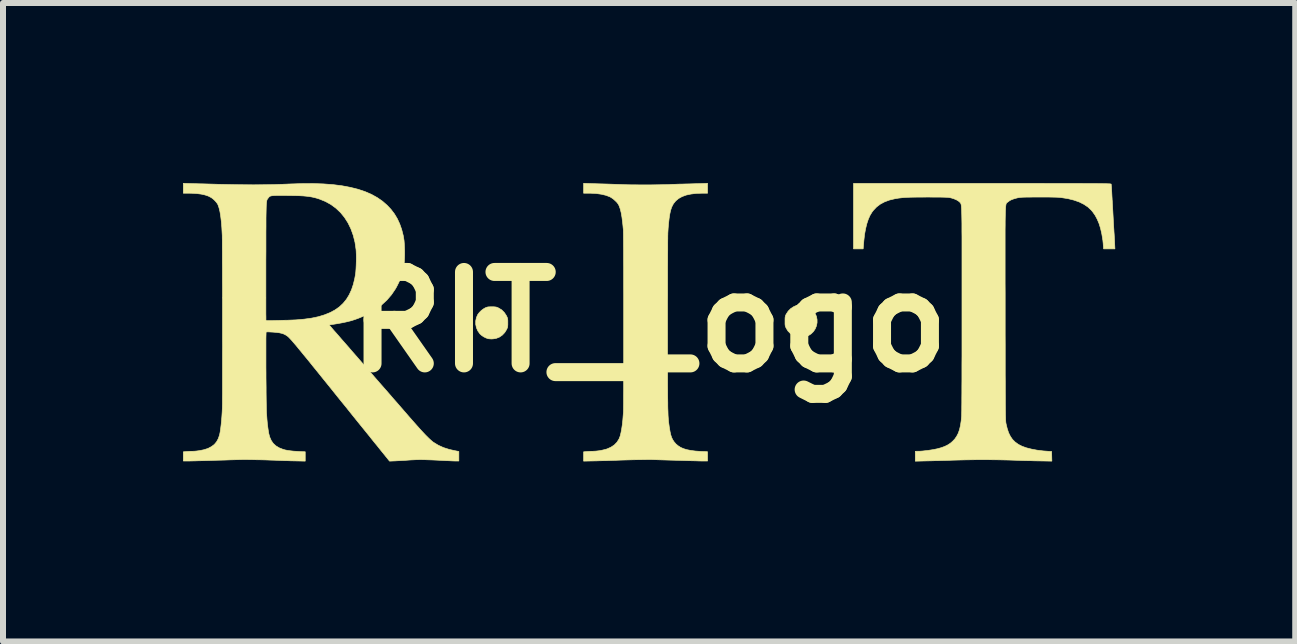
<source format=kicad_pcb>
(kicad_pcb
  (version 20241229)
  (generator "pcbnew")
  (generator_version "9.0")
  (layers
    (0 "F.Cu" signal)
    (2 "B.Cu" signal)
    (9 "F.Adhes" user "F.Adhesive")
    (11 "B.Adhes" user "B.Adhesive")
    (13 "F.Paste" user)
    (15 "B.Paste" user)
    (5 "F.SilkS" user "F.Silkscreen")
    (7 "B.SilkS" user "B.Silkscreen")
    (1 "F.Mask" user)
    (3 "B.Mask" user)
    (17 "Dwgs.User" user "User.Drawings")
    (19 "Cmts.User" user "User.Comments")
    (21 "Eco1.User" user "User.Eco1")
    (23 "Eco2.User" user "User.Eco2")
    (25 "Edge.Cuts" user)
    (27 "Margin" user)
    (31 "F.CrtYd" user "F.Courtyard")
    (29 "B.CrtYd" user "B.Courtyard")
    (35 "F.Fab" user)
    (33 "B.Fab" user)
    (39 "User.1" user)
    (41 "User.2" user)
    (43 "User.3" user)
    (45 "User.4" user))
  (footprint "RIT_Logo"
    (layer "F.Cu")
    (at 7.767 2.317)
    (property "Reference" "RIT_Logo" (at 0 0 0) (layer "F.SilkS") (effects (font (size 1.524 1.524) (thickness 0.3))))
    (attr through_hole)
    (fp_poly (pts (xy -2.588 -0.254) (xy -2.564 -0.252) (xy -2.545 -0.249) (xy -2.527 -0.243) (xy -2.506 -0.233) (xy -2.455 -0.202) (xy -2.413 -0.16) (xy -2.379 -0.109) (xy -2.376 -0.103) (xy -2.366 -0.082) (xy -2.359 -0.064) (xy -2.356 -0.046) (xy -2.354 -0.024) (xy -2.354 0.007) (xy -2.354 0.013) (xy -2.354 0.047) (xy -2.356 0.071) (xy -2.359 0.09) (xy -2.366 0.107) (xy -2.373 0.123) (xy -2.405 0.175) (xy -2.446 0.218) (xy -2.494 0.251) (xy -2.547 0.272) (xy -2.601 0.281) (xy -2.631 0.282) (xy -2.659 0.28) (xy -2.681 0.278) (xy -2.718 0.265) (xy -2.758 0.245) (xy -2.794 0.22) (xy -2.819 0.197) (xy -2.854 0.148) (xy -2.877 0.095) (xy -2.889 0.038) (xy -2.889 -0.019) (xy -2.877 -0.075) (xy -2.855 -0.125) (xy -2.829 -0.159) (xy -2.795 -0.193) (xy -2.757 -0.221) (xy -2.731 -0.236) (xy -2.712 -0.244) (xy -2.694 -0.25) (xy -2.674 -0.253) (xy -2.647 -0.254) (xy -2.621 -0.254) (xy -2.588 -0.254)) (stroke (width 0.01) (type solid)) (fill yes) (layer "F.SilkS"))
    (fp_poly (pts (xy 2.562 -0.281) (xy 2.585 -0.279) (xy 2.604 -0.276) (xy 2.622 -0.269) (xy 2.646 -0.258) (xy 2.65 -0.256) (xy 2.7 -0.224) (xy 2.74 -0.185) (xy 2.77 -0.141) (xy 2.79 -0.092) (xy 2.8 -0.04) (xy 2.8 0.012) (xy 2.79 0.063) (xy 2.77 0.112) (xy 2.741 0.157) (xy 2.702 0.196) (xy 2.653 0.228) (xy 2.645 0.231) (xy 2.602 0.246) (xy 2.553 0.255) (xy 2.504 0.256) (xy 2.461 0.249) (xy 2.458 0.249) (xy 2.405 0.227) (xy 2.357 0.193) (xy 2.315 0.15) (xy 2.287 0.105) (xy 2.278 0.087) (xy 2.272 0.071) (xy 2.268 0.055) (xy 2.266 0.034) (xy 2.266 0.006) (xy 2.266 -0.014) (xy 2.266 -0.048) (xy 2.267 -0.073) (xy 2.27 -0.091) (xy 2.274 -0.107) (xy 2.282 -0.124) (xy 2.286 -0.132) (xy 2.319 -0.182) (xy 2.362 -0.225) (xy 2.412 -0.257) (xy 2.416 -0.259) (xy 2.439 -0.269) (xy 2.458 -0.276) (xy 2.477 -0.279) (xy 2.502 -0.281) (xy 2.53 -0.281) (xy 2.562 -0.281)) (stroke (width 0.01) (type solid)) (fill yes) (layer "F.SilkS"))
    (fp_poly (pts (xy 0.975 -2.147) (xy 0.889 -2.147) (xy 0.788 -2.144) (xy 0.698 -2.133) (xy 0.619 -2.116) (xy 0.551 -2.091) (xy 0.493 -2.059) (xy 0.445 -2.019) (xy 0.406 -1.971) (xy 0.377 -1.915) (xy 0.359 -1.86) (xy 0.346 -1.801) (xy 0.335 -1.73) (xy 0.326 -1.65) (xy 0.318 -1.561) (xy 0.313 -1.48) (xy 0.313 -1.463) (xy 0.312 -1.432) (xy 0.312 -1.39) (xy 0.311 -1.336) (xy 0.311 -1.271) (xy 0.311 -1.197) (xy 0.31 -1.113) (xy 0.31 -1.02) (xy 0.309 -0.919) (xy 0.309 -0.811) (xy 0.309 -0.696) (xy 0.309 -0.575) (xy 0.309 -0.449) (xy 0.308 -0.319) (xy 0.308 -0.185) (xy 0.308 -0.047) (xy 0.308 0.044) (xy 0.308 0.213) (xy 0.308 0.368) (xy 0.308 0.512) (xy 0.308 0.643) (xy 0.308 0.764) (xy 0.309 0.874) (xy 0.309 0.974) (xy 0.309 1.064) (xy 0.31 1.146) (xy 0.31 1.22) (xy 0.311 1.286) (xy 0.312 1.345) (xy 0.312 1.398) (xy 0.313 1.444) (xy 0.315 1.486) (xy 0.316 1.523) (xy 0.317 1.556) (xy 0.319 1.586) (xy 0.321 1.613) (xy 0.323 1.638) (xy 0.325 1.661) (xy 0.328 1.683) (xy 0.331 1.705) (xy 0.334 1.727) (xy 0.337 1.75) (xy 0.339 1.761) (xy 0.35 1.826) (xy 0.362 1.881) (xy 0.377 1.926) (xy 0.396 1.964) (xy 0.418 1.997) (xy 0.446 2.029) (xy 0.447 2.031) (xy 0.484 2.062) (xy 0.526 2.089) (xy 0.574 2.11) (xy 0.63 2.127) (xy 0.695 2.14) (xy 0.771 2.15) (xy 0.858 2.156) (xy 0.881 2.157) (xy 0.914 2.158) (xy 0.942 2.159) (xy 0.963 2.16) (xy 0.973 2.161) (xy 0.974 2.161) (xy 0.974 2.167) (xy 0.975 2.184) (xy 0.975 2.21) (xy 0.975 2.239) (xy 0.975 2.316) (xy 0.914 2.316) (xy 0.896 2.316) (xy 0.865 2.316) (xy 0.824 2.315) (xy 0.774 2.313) (xy 0.717 2.312) (xy 0.653 2.31) (xy 0.585 2.308) (xy 0.514 2.306) (xy 0.442 2.304) (xy 0.37 2.302) (xy 0.299 2.3) (xy 0.232 2.298) (xy 0.169 2.296) (xy 0.112 2.294) (xy 0.084 2.293) (xy 0.052 2.292) (xy 0.007 2.292) (xy -0.047 2.292) (xy -0.109 2.293) (xy -0.177 2.294) (xy -0.249 2.295) (xy -0.324 2.297) (xy -0.399 2.299) (xy -0.473 2.301) (xy -0.544 2.304) (xy -0.603 2.306) (xy -0.63 2.307) (xy -0.668 2.308) (xy -0.715 2.31) (xy -0.768 2.311) (xy -0.823 2.312) (xy -0.879 2.314) (xy -0.886 2.314) (xy -1.091 2.318) (xy -1.091 2.163) (xy -1.039 2.158) (xy -1.004 2.156) (xy -0.967 2.154) (xy -0.939 2.154) (xy -0.885 2.151) (xy -0.825 2.144) (xy -0.766 2.132) (xy -0.712 2.118) (xy -0.702 2.115) (xy -0.636 2.086) (xy -0.58 2.049) (xy -0.535 2.003) (xy -0.501 1.949) (xy -0.497 1.94) (xy -0.482 1.901) (xy -0.469 1.849) (xy -0.457 1.786) (xy -0.446 1.713) (xy -0.437 1.63) (xy -0.43 1.538) (xy -0.427 1.5) (xy -0.427 1.484) (xy -0.426 1.454) (xy -0.426 1.413) (xy -0.425 1.361) (xy -0.425 1.299) (xy -0.425 1.228) (xy -0.424 1.147) (xy -0.424 1.059) (xy -0.424 0.963) (xy -0.423 0.862) (xy -0.423 0.754) (xy -0.423 0.642) (xy -0.423 0.525) (xy -0.423 0.405) (xy -0.423 0.282) (xy -0.423 0.158) (xy -0.423 0.032) (xy -0.423 -0.093) (xy -0.423 -0.219) (xy -0.423 -0.343) (xy -0.423 -0.465) (xy -0.424 -0.585) (xy -0.424 -0.701) (xy -0.424 -0.812) (xy -0.424 -0.919) (xy -0.425 -1.02) (xy -0.425 -1.115) (xy -0.425 -1.202) (xy -0.426 -1.281) (xy -0.426 -1.351) (xy -0.427 -1.412) (xy -0.427 -1.462) (xy -0.428 -1.501) (xy -0.428 -1.528) (xy -0.429 -1.543) (xy -0.429 -1.544) (xy -0.432 -1.571) (xy -0.435 -1.605) (xy -0.439 -1.642) (xy -0.441 -1.659) (xy -0.452 -1.748) (xy -0.465 -1.823) (xy -0.481 -1.886) (xy -0.499 -1.936) (xy -0.512 -1.962) (xy -0.533 -1.991) (xy -0.563 -2.021) (xy -0.597 -2.051) (xy -0.632 -2.075) (xy -0.653 -2.087) (xy -0.719 -2.112) (xy -0.795 -2.13) (xy -0.881 -2.142) (xy -0.977 -2.147) (xy -1.004 -2.147) (xy -1.091 -2.147) (xy -1.091 -2.312) (xy -0.947 -2.307) (xy -0.823 -2.303) (xy -0.705 -2.3) (xy -0.589 -2.296) (xy -0.468 -2.292) (xy -0.396 -2.289) (xy -0.353 -2.288) (xy -0.3 -2.287) (xy -0.24 -2.287) (xy -0.174 -2.286) (xy -0.104 -2.286) (xy -0.033 -2.286) (xy 0.038 -2.286) (xy 0.106 -2.287) (xy 0.171 -2.288) (xy 0.229 -2.289) (xy 0.28 -2.29) (xy 0.321 -2.291) (xy 0.346 -2.292) (xy 0.368 -2.294) (xy 0.401 -2.295) (xy 0.441 -2.296) (xy 0.486 -2.298) (xy 0.534 -2.299) (xy 0.549 -2.299) (xy 0.605 -2.301) (xy 0.667 -2.302) (xy 0.73 -2.304) (xy 0.79 -2.306) (xy 0.838 -2.307) (xy 0.975 -2.312) (xy 0.975 -2.147)) (stroke (width 0.01) (type solid)) (fill yes) (layer "F.SilkS"))
    (fp_poly (pts (xy 5.757 -2.31) (xy 5.946 -2.31) (xy 6.123 -2.31) (xy 6.287 -2.31) (xy 6.44 -2.31) (xy 6.581 -2.31) (xy 6.711 -2.309) (xy 6.831 -2.309) (xy 6.941 -2.309) (xy 7.041 -2.309) (xy 7.132 -2.309) (xy 7.215 -2.309) (xy 7.289 -2.308) (xy 7.355 -2.308) (xy 7.414 -2.308) (xy 7.465 -2.308) (xy 7.511 -2.307) (xy 7.55 -2.307) (xy 7.583 -2.306) (xy 7.611 -2.306) (xy 7.635 -2.305) (xy 7.654 -2.304) (xy 7.669 -2.304) (xy 7.681 -2.303) (xy 7.689 -2.302) (xy 7.695 -2.301) (xy 7.699 -2.3) (xy 7.701 -2.299) (xy 7.702 -2.298) (xy 7.702 -2.298) (xy 7.703 -2.281) (xy 7.704 -2.276) (xy 7.705 -2.266) (xy 7.707 -2.245) (xy 7.708 -2.216) (xy 7.71 -2.181) (xy 7.711 -2.167) (xy 7.713 -2.128) (xy 7.715 -2.09) (xy 7.717 -2.057) (xy 7.718 -2.032) (xy 7.719 -2.029) (xy 7.72 -2.012) (xy 7.721 -1.985) (xy 7.724 -1.947) (xy 7.726 -1.901) (xy 7.729 -1.849) (xy 7.732 -1.793) (xy 7.735 -1.741) (xy 7.738 -1.682) (xy 7.741 -1.627) (xy 7.744 -1.576) (xy 7.747 -1.532) (xy 7.749 -1.496) (xy 7.751 -1.47) (xy 7.752 -1.456) (xy 7.753 -1.436) (xy 7.755 -1.405) (xy 7.757 -1.369) (xy 7.759 -1.33) (xy 7.759 -1.319) (xy 7.764 -1.219) (xy 7.575 -1.219) (xy 7.57 -1.282) (xy 7.568 -1.313) (xy 7.565 -1.341) (xy 7.563 -1.363) (xy 7.562 -1.368) (xy 7.545 -1.471) (xy 7.524 -1.562) (xy 7.499 -1.642) (xy 7.469 -1.713) (xy 7.435 -1.777) (xy 7.395 -1.834) (xy 7.37 -1.864) (xy 7.314 -1.917) (xy 7.247 -1.962) (xy 7.169 -2.001) (xy 7.08 -2.032) (xy 6.98 -2.057) (xy 6.869 -2.074) (xy 6.817 -2.079) (xy 6.794 -2.08) (xy 6.759 -2.081) (xy 6.714 -2.082) (xy 6.662 -2.083) (xy 6.604 -2.083) (xy 6.542 -2.083) (xy 6.479 -2.083) (xy 6.469 -2.083) (xy 6.399 -2.083) (xy 6.342 -2.082) (xy 6.295 -2.082) (xy 6.257 -2.081) (xy 6.226 -2.08) (xy 6.201 -2.078) (xy 6.181 -2.076) (xy 6.164 -2.074) (xy 6.147 -2.071) (xy 6.133 -2.068) (xy 6.083 -2.054) (xy 6.043 -2.04) (xy 6.011 -2.024) (xy 5.984 -2.003) (xy 5.982 -2.002) (xy 5.977 -1.998) (xy 5.972 -1.994) (xy 5.968 -1.992) (xy 5.964 -1.989) (xy 5.96 -1.986) (xy 5.957 -1.981) (xy 5.954 -1.976) (xy 5.951 -1.968) (xy 5.948 -1.958) (xy 5.946 -1.944) (xy 5.944 -1.928) (xy 5.942 -1.907) (xy 5.941 -1.882) (xy 5.939 -1.853) (xy 5.938 -1.817) (xy 5.937 -1.776) (xy 5.936 -1.729) (xy 5.935 -1.675) (xy 5.935 -1.613) (xy 5.934 -1.544) (xy 5.934 -1.467) (xy 5.934 -1.38) (xy 5.934 -1.285) (xy 5.934 -1.18) (xy 5.934 -1.064) (xy 5.934 -0.938) (xy 5.934 -0.801) (xy 5.934 -0.652) (xy 5.935 -0.491) (xy 5.935 -0.317) (xy 5.935 -0.146) (xy 5.935 0.038) (xy 5.935 0.209) (xy 5.936 0.367) (xy 5.936 0.513) (xy 5.936 0.647) (xy 5.936 0.77) (xy 5.936 0.883) (xy 5.937 0.986) (xy 5.937 1.079) (xy 5.937 1.163) (xy 5.938 1.239) (xy 5.938 1.307) (xy 5.938 1.367) (xy 5.939 1.42) (xy 5.939 1.466) (xy 5.94 1.507) (xy 5.94 1.542) (xy 5.941 1.571) (xy 5.942 1.597) (xy 5.942 1.618) (xy 5.943 1.636) (xy 5.944 1.65) (xy 5.945 1.662) (xy 5.946 1.673) (xy 5.947 1.681) (xy 5.949 1.689) (xy 5.949 1.693) (xy 5.969 1.775) (xy 5.992 1.845) (xy 6.022 1.905) (xy 6.057 1.956) (xy 6.1 1.999) (xy 6.151 2.036) (xy 6.157 2.04) (xy 6.216 2.07) (xy 6.288 2.096) (xy 6.371 2.117) (xy 6.465 2.135) (xy 6.569 2.148) (xy 6.679 2.156) (xy 6.709 2.157) (xy 6.711 2.238) (xy 6.713 2.318) (xy 6.481 2.314) (xy 6.422 2.313) (xy 6.364 2.311) (xy 6.31 2.31) (xy 6.261 2.309) (xy 6.221 2.308) (xy 6.19 2.307) (xy 6.177 2.306) (xy 6.001 2.3) (xy 5.824 2.296) (xy 5.645 2.294) (xy 5.461 2.294) (xy 5.27 2.297) (xy 5.069 2.302) (xy 4.961 2.306) (xy 4.923 2.307) (xy 4.875 2.308) (xy 4.819 2.31) (xy 4.76 2.311) (xy 4.699 2.313) (xy 4.641 2.314) (xy 4.437 2.319) (xy 4.437 2.154) (xy 4.482 2.153) (xy 4.511 2.153) (xy 4.538 2.151) (xy 4.555 2.15) (xy 4.652 2.139) (xy 4.736 2.126) (xy 4.809 2.111) (xy 4.873 2.093) (xy 4.929 2.072) (xy 4.978 2.048) (xy 5.021 2.02) (xy 5.055 1.991) (xy 5.094 1.951) (xy 5.126 1.905) (xy 5.153 1.853) (xy 5.174 1.793) (xy 5.19 1.723) (xy 5.202 1.644) (xy 5.209 1.565) (xy 5.209 1.547) (xy 5.21 1.516) (xy 5.211 1.473) (xy 5.211 1.417) (xy 5.212 1.349) (xy 5.212 1.269) (xy 5.213 1.178) (xy 5.213 1.077) (xy 5.214 0.964) (xy 5.214 0.841) (xy 5.214 0.709) (xy 5.215 0.567) (xy 5.215 0.416) (xy 5.215 0.256) (xy 5.215 0.088) (xy 5.215 -0.088) (xy 5.215 -0.221) (xy 5.215 -0.402) (xy 5.215 -0.57) (xy 5.215 -0.725) (xy 5.215 -0.869) (xy 5.215 -1.001) (xy 5.215 -1.122) (xy 5.215 -1.232) (xy 5.215 -1.332) (xy 5.215 -1.423) (xy 5.214 -1.504) (xy 5.214 -1.578) (xy 5.214 -1.642) (xy 5.213 -1.7) (xy 5.212 -1.75) (xy 5.211 -1.794) (xy 5.21 -1.832) (xy 5.209 -1.864) (xy 5.208 -1.891) (xy 5.206 -1.913) (xy 5.205 -1.932) (xy 5.203 -1.946) (xy 5.201 -1.958) (xy 5.198 -1.967) (xy 5.196 -1.974) (xy 5.193 -1.98) (xy 5.19 -1.984) (xy 5.187 -1.988) (xy 5.183 -1.992) (xy 5.179 -1.996) (xy 5.178 -1.998) (xy 5.155 -2.017) (xy 5.123 -2.036) (xy 5.083 -2.053) (xy 5.039 -2.067) (xy 5.022 -2.071) (xy 5.008 -2.074) (xy 4.993 -2.076) (xy 4.975 -2.078) (xy 4.953 -2.079) (xy 4.926 -2.08) (xy 4.892 -2.081) (xy 4.85 -2.082) (xy 4.799 -2.082) (xy 4.737 -2.082) (xy 4.664 -2.083) (xy 4.636 -2.083) (xy 4.549 -2.082) (xy 4.474 -2.082) (xy 4.41 -2.081) (xy 4.355 -2.08) (xy 4.307 -2.078) (xy 4.264 -2.076) (xy 4.227 -2.073) (xy 4.192 -2.069) (xy 4.158 -2.065) (xy 4.124 -2.059) (xy 4.098 -2.055) (xy 4.006 -2.033) (xy 3.925 -2.003) (xy 3.854 -1.965) (xy 3.792 -1.918) (xy 3.739 -1.862) (xy 3.714 -1.829) (xy 3.681 -1.774) (xy 3.653 -1.71) (xy 3.629 -1.638) (xy 3.609 -1.556) (xy 3.592 -1.464) (xy 3.58 -1.359) (xy 3.573 -1.278) (xy 3.568 -1.219) (xy 3.407 -1.219) (xy 3.407 -2.31) (xy 5.554 -2.31) (xy 5.757 -2.31)) (stroke (width 0.01) (type solid)) (fill yes) (layer "F.SilkS"))
    (fp_poly (pts (xy -7.601 -2.307) (xy -7.557 -2.306) (xy -7.502 -2.304) (xy -7.438 -2.303) (xy -7.369 -2.301) (xy -7.298 -2.299) (xy -7.227 -2.297) (xy -7.163 -2.295) (xy -7.015 -2.292) (xy -6.87 -2.289) (xy -6.728 -2.288) (xy -6.593 -2.287) (xy -6.466 -2.288) (xy -6.348 -2.289) (xy -6.241 -2.291) (xy -6.218 -2.292) (xy -6.168 -2.294) (xy -6.122 -2.295) (xy -6.082 -2.297) (xy -6.049 -2.298) (xy -6.026 -2.299) (xy -6.015 -2.3) (xy -6.015 -2.3) (xy -6.004 -2.3) (xy -5.981 -2.301) (xy -5.949 -2.302) (xy -5.908 -2.303) (xy -5.861 -2.305) (xy -5.809 -2.306) (xy -5.781 -2.307) (xy -5.598 -2.308) (xy -5.426 -2.302) (xy -5.266 -2.29) (xy -5.117 -2.271) (xy -4.979 -2.245) (xy -4.851 -2.213) (xy -4.734 -2.174) (xy -4.627 -2.128) (xy -4.53 -2.074) (xy -4.443 -2.014) (xy -4.365 -1.946) (xy -4.302 -1.879) (xy -4.244 -1.803) (xy -4.196 -1.723) (xy -4.156 -1.637) (xy -4.123 -1.544) (xy -4.097 -1.442) (xy -4.09 -1.402) (xy -4.083 -1.358) (xy -4.079 -1.305) (xy -4.076 -1.245) (xy -4.074 -1.182) (xy -4.074 -1.118) (xy -4.076 -1.058) (xy -4.079 -1.003) (xy -4.084 -0.957) (xy -4.086 -0.941) (xy -4.108 -0.842) (xy -4.134 -0.753) (xy -4.166 -0.669) (xy -4.206 -0.589) (xy -4.227 -0.552) (xy -4.292 -0.456) (xy -4.368 -0.367) (xy -4.456 -0.286) (xy -4.554 -0.212) (xy -4.662 -0.146) (xy -4.717 -0.118) (xy -4.779 -0.09) (xy -4.839 -0.065) (xy -4.899 -0.043) (xy -4.961 -0.023) (xy -5.028 -0.006) (xy -5.101 0.01) (xy -5.183 0.025) (xy -5.275 0.04) (xy -5.309 0.045) (xy -5.324 0.048) (xy -5.327 0.052) (xy -5.322 0.06) (xy -5.316 0.066) (xy -5.302 0.082) (xy -5.281 0.107) (xy -5.252 0.141) (xy -5.216 0.181) (xy -5.174 0.229) (xy -5.127 0.284) (xy -5.074 0.344) (xy -5.017 0.409) (xy -4.957 0.479) (xy -4.892 0.553) (xy -4.825 0.63) (xy -4.772 0.691) (xy -4.698 0.776) (xy -4.623 0.862) (xy -4.548 0.948) (xy -4.474 1.033) (xy -4.401 1.116) (xy -4.331 1.196) (xy -4.265 1.273) (xy -4.202 1.344) (xy -4.145 1.41) (xy -4.094 1.469) (xy -4.05 1.519) (xy -4.014 1.561) (xy -4.008 1.568) (xy -3.937 1.649) (xy -3.874 1.72) (xy -3.819 1.782) (xy -3.77 1.835) (xy -3.727 1.881) (xy -3.689 1.919) (xy -3.657 1.95) (xy -3.628 1.976) (xy -3.603 1.997) (xy -3.59 2.006) (xy -3.513 2.053) (xy -3.427 2.092) (xy -3.33 2.123) (xy -3.246 2.142) (xy -3.17 2.157) (xy -3.17 2.316) (xy -3.216 2.316) (xy -3.238 2.316) (xy -3.27 2.315) (xy -3.309 2.313) (xy -3.352 2.311) (xy -3.383 2.31) (xy -3.475 2.305) (xy -3.555 2.301) (xy -3.625 2.298) (xy -3.686 2.296) (xy -3.74 2.294) (xy -3.789 2.293) (xy -3.834 2.293) (xy -3.877 2.294) (xy -3.92 2.296) (xy -3.964 2.298) (xy -4.011 2.301) (xy -4.062 2.305) (xy -4.074 2.306) (xy -4.099 2.307) (xy -4.133 2.309) (xy -4.172 2.311) (xy -4.213 2.313) (xy -4.223 2.314) (xy -4.325 2.318) (xy -4.478 2.129) (xy -4.501 2.1) (xy -4.532 2.061) (xy -4.571 2.014) (xy -4.616 1.958) (xy -4.666 1.895) (xy -4.722 1.826) (xy -4.782 1.752) (xy -4.846 1.673) (xy -4.913 1.59) (xy -4.982 1.504) (xy -5.052 1.416) (xy -5.124 1.328) (xy -5.195 1.24) (xy -5.291 1.12) (xy -5.38 1.01) (xy -5.46 0.911) (xy -5.533 0.82) (xy -5.6 0.738) (xy -5.659 0.664) (xy -5.713 0.598) (xy -5.761 0.54) (xy -5.803 0.488) (xy -5.841 0.443) (xy -5.873 0.403) (xy -5.902 0.369) (xy -5.927 0.34) (xy -5.948 0.315) (xy -5.966 0.295) (xy -5.982 0.278) (xy -5.995 0.264) (xy -6.006 0.253) (xy -6.016 0.244) (xy -6.024 0.237) (xy -6.03 0.233) (xy -6.059 0.214) (xy -6.089 0.199) (xy -6.123 0.188) (xy -6.163 0.179) (xy -6.213 0.173) (xy -6.268 0.168) (xy -6.309 0.166) (xy -6.339 0.164) (xy -6.36 0.164) (xy -6.373 0.165) (xy -6.38 0.168) (xy -6.382 0.17) (xy -6.383 0.178) (xy -6.383 0.199) (xy -6.384 0.231) (xy -6.385 0.273) (xy -6.385 0.324) (xy -6.385 0.383) (xy -6.385 0.449) (xy -6.385 0.521) (xy -6.385 0.597) (xy -6.385 0.677) (xy -6.385 0.759) (xy -6.384 0.843) (xy -6.384 0.927) (xy -6.383 1.009) (xy -6.382 1.09) (xy -6.382 1.168) (xy -6.381 1.241) (xy -6.38 1.309) (xy -6.379 1.37) (xy -6.378 1.424) (xy -6.377 1.469) (xy -6.376 1.504) (xy -6.375 1.528) (xy -6.374 1.531) (xy -6.368 1.619) (xy -6.361 1.695) (xy -6.353 1.759) (xy -6.345 1.814) (xy -6.337 1.86) (xy -6.327 1.898) (xy -6.32 1.921) (xy -6.295 1.977) (xy -6.262 2.024) (xy -6.219 2.063) (xy -6.167 2.095) (xy -6.104 2.12) (xy -6.067 2.131) (xy -6.026 2.139) (xy -5.978 2.146) (xy -5.922 2.152) (xy -5.856 2.156) (xy -5.823 2.158) (xy -5.73 2.162) (xy -5.73 2.318) (xy -5.915 2.314) (xy -5.968 2.313) (xy -6.022 2.311) (xy -6.072 2.31) (xy -6.117 2.308) (xy -6.153 2.307) (xy -6.174 2.306) (xy -6.241 2.303) (xy -6.313 2.301) (xy -6.388 2.298) (xy -6.464 2.296) (xy -6.539 2.295) (xy -6.611 2.293) (xy -6.678 2.292) (xy -6.738 2.292) (xy -6.789 2.292) (xy -6.828 2.293) (xy -6.833 2.293) (xy -6.905 2.295) (xy -6.981 2.297) (xy -7.06 2.3) (xy -7.139 2.302) (xy -7.219 2.304) (xy -7.296 2.307) (xy -7.371 2.309) (xy -7.442 2.311) (xy -7.507 2.312) (xy -7.565 2.314) (xy -7.615 2.315) (xy -7.655 2.316) (xy -7.684 2.316) (xy -7.699 2.316) (xy -7.762 2.316) (xy -7.762 2.163) (xy -7.71 2.158) (xy -7.676 2.156) (xy -7.639 2.154) (xy -7.611 2.154) (xy -7.581 2.153) (xy -7.545 2.15) (xy -7.508 2.145) (xy -7.498 2.144) (xy -7.418 2.128) (xy -7.35 2.106) (xy -7.293 2.076) (xy -7.245 2.04) (xy -7.208 1.996) (xy -7.179 1.943) (xy -7.158 1.881) (xy -7.157 1.876) (xy -7.148 1.833) (xy -7.14 1.778) (xy -7.132 1.714) (xy -7.125 1.644) (xy -7.119 1.569) (xy -7.114 1.491) (xy -7.111 1.419) (xy -7.111 1.398) (xy -7.11 1.365) (xy -7.11 1.32) (xy -7.11 1.264) (xy -7.109 1.198) (xy -7.109 1.123) (xy -7.109 1.039) (xy -7.109 0.947) (xy -7.109 0.849) (xy -7.109 0.744) (xy -7.109 0.634) (xy -7.109 0.52) (xy -7.108 0.402) (xy -7.109 0.282) (xy -7.109 0.159) (xy -7.109 0.035) (xy -7.109 -0.089) (xy -7.109 -0.213) (xy -7.109 -0.335) (xy -7.109 -0.455) (xy -7.109 -0.49) (xy -6.386 -0.49) (xy -6.386 -0.402) (xy -6.386 -0.321) (xy -6.386 -0.249) (xy -6.386 -0.185) (xy -6.386 -0.131) (xy -6.385 -0.088) (xy -6.385 -0.056) (xy -6.385 -0.037) (xy -6.385 -0.03) (xy -6.378 -0.026) (xy -6.362 -0.024) (xy -6.335 -0.024) (xy -6.296 -0.024) (xy -6.288 -0.024) (xy -6.253 -0.025) (xy -6.207 -0.026) (xy -6.156 -0.027) (xy -6.101 -0.029) (xy -6.048 -0.03) (xy -6.032 -0.03) (xy -5.884 -0.036) (xy -5.748 -0.048) (xy -5.624 -0.065) (xy -5.511 -0.089) (xy -5.409 -0.12) (xy -5.317 -0.157) (xy -5.235 -0.201) (xy -5.162 -0.252) (xy -5.099 -0.311) (xy -5.044 -0.378) (xy -4.998 -0.453) (xy -4.959 -0.537) (xy -4.928 -0.629) (xy -4.904 -0.73) (xy -4.894 -0.787) (xy -4.888 -0.83) (xy -4.884 -0.883) (xy -4.881 -0.943) (xy -4.879 -1.006) (xy -4.878 -1.068) (xy -4.879 -1.127) (xy -4.881 -1.178) (xy -4.883 -1.207) (xy -4.901 -1.33) (xy -4.93 -1.445) (xy -4.969 -1.553) (xy -5.017 -1.652) (xy -5.075 -1.743) (xy -5.141 -1.824) (xy -5.217 -1.896) (xy -5.301 -1.958) (xy -5.393 -2.009) (xy -5.494 -2.05) (xy -5.497 -2.051) (xy -5.538 -2.064) (xy -5.579 -2.075) (xy -5.62 -2.084) (xy -5.663 -2.091) (xy -5.711 -2.097) (xy -5.764 -2.102) (xy -5.824 -2.105) (xy -5.893 -2.107) (xy -5.973 -2.108) (xy -6.041 -2.109) (xy -6.109 -2.109) (xy -6.164 -2.109) (xy -6.21 -2.109) (xy -6.245 -2.108) (xy -6.273 -2.106) (xy -6.294 -2.103) (xy -6.31 -2.099) (xy -6.322 -2.093) (xy -6.331 -2.086) (xy -6.339 -2.077) (xy -6.348 -2.065) (xy -6.349 -2.064) (xy -6.353 -2.058) (xy -6.358 -2.052) (xy -6.362 -2.047) (xy -6.365 -2.04) (xy -6.368 -2.033) (xy -6.371 -2.023) (xy -6.373 -2.01) (xy -6.375 -1.995) (xy -6.377 -1.975) (xy -6.379 -1.95) (xy -6.38 -1.92) (xy -6.381 -1.884) (xy -6.382 -1.841) (xy -6.383 -1.791) (xy -6.384 -1.732) (xy -6.384 -1.665) (xy -6.384 -1.589) (xy -6.385 -1.502) (xy -6.385 -1.405) (xy -6.385 -1.296) (xy -6.385 -1.175) (xy -6.386 -1.041) (xy -6.386 -1.016) (xy -6.386 -0.902) (xy -6.386 -0.792) (xy -6.386 -0.686) (xy -6.386 -0.585) (xy -6.386 -0.49) (xy -7.109 -0.49) (xy -7.109 -0.573) (xy -7.11 -0.687) (xy -7.11 -0.796) (xy -7.11 -0.9) (xy -7.111 -0.997) (xy -7.111 -1.088) (xy -7.111 -1.171) (xy -7.112 -1.245) (xy -7.112 -1.31) (xy -7.112 -1.365) (xy -7.113 -1.408) (xy -7.113 -1.44) (xy -7.114 -1.459) (xy -7.114 -1.46) (xy -7.12 -1.573) (xy -7.128 -1.673) (xy -7.139 -1.762) (xy -7.151 -1.837) (xy -7.166 -1.9) (xy -7.183 -1.95) (xy -7.191 -1.967) (xy -7.206 -1.989) (xy -7.228 -2.015) (xy -7.254 -2.041) (xy -7.281 -2.063) (xy -7.3 -2.076) (xy -7.347 -2.1) (xy -7.401 -2.118) (xy -7.464 -2.132) (xy -7.536 -2.141) (xy -7.618 -2.146) (xy -7.669 -2.147) (xy -7.762 -2.147) (xy -7.762 -2.312) (xy -7.601 -2.307)) (stroke (width 0.01) (type solid)) (fill yes) (layer "F.SilkS")))
  (gr_rect
    (start -3 -3)
    (end 18.536 7.64)
    (stroke (width 0.1) (type default))
    (fill no)
    (layer "Edge.Cuts")))
</source>
